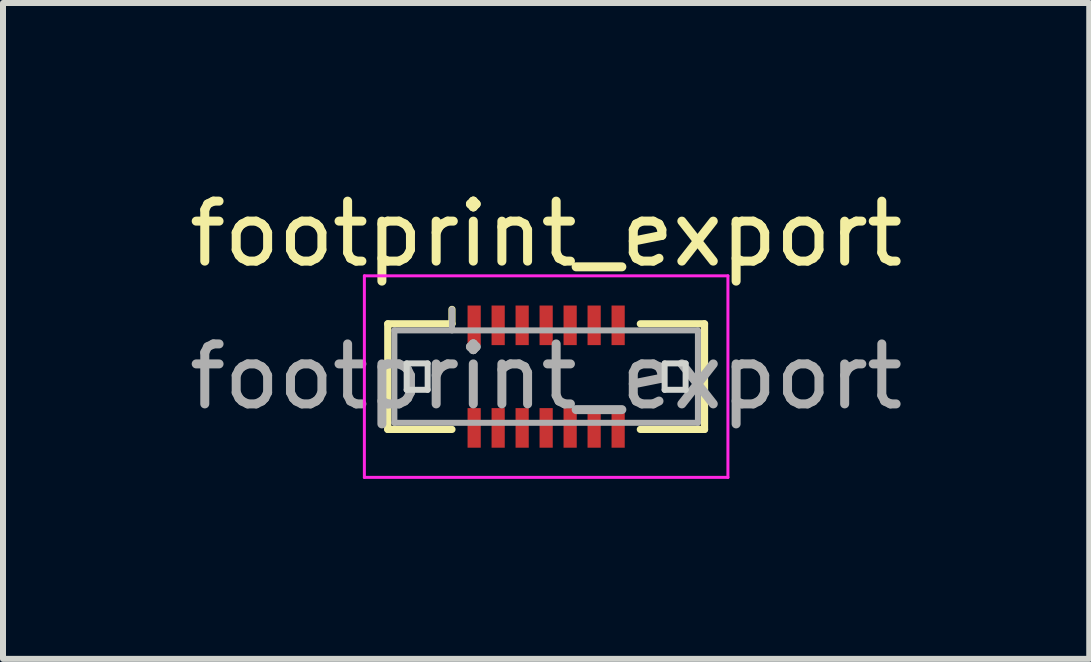
<source format=kicad_pcb>
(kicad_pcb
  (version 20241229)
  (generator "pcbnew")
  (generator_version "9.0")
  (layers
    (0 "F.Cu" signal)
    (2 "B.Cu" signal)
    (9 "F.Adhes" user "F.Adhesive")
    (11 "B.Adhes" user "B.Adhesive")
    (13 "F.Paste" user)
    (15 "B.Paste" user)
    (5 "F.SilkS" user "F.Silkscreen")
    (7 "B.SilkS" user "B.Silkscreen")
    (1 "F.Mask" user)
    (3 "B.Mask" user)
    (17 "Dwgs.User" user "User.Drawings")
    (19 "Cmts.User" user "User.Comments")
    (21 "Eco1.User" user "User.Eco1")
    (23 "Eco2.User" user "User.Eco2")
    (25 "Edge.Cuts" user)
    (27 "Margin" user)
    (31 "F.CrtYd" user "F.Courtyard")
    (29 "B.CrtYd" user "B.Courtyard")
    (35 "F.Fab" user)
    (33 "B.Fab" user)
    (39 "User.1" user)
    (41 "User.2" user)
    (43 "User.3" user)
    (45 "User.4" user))
  (footprint "footprint_export"
    (layer "F.Cu")
    (at 6.054 3.228)
    (property "Reference" "footprint_export" (at 0 -2.38 0) (layer "F.SilkS") (effects (font (size 1 1) (thickness 0.15))))
    (attr smd)
    (fp_line (start -2.64 -0.88) (end -1.57 -0.88) (stroke (width 0.12) (type solid)) (layer "F.SilkS"))
    (fp_line (start -2.64 0.88) (end -2.64 -0.88) (stroke (width 0.12) (type solid)) (layer "F.SilkS"))
    (fp_line (start -1.57 -0.88) (end -1.57 -1.12) (stroke (width 0.12) (type solid)) (layer "F.SilkS"))
    (fp_line (start -1.57 0.88) (end -2.64 0.88) (stroke (width 0.12) (type solid)) (layer "F.SilkS"))
    (fp_line (start 1.57 0.88) (end 2.64 0.88) (stroke (width 0.12) (type solid)) (layer "F.SilkS"))
    (fp_line (start 2.64 -0.88) (end 1.57 -0.88) (stroke (width 0.12) (type solid)) (layer "F.SilkS"))
    (fp_line (start 2.64 0.88) (end 2.64 -0.88) (stroke (width 0.12) (type solid)) (layer "F.SilkS"))
    (fp_line (start -2.325 -0.22) (end -2.325 0.22) (stroke (width 0.1) (type solid)) (layer "Edge.Cuts"))
    (fp_line (start -2.325 0.22) (end -1.975 0.22) (stroke (width 0.1) (type solid)) (layer "Edge.Cuts"))
    (fp_line (start -1.975 -0.22) (end -2.325 -0.22) (stroke (width 0.1) (type solid)) (layer "Edge.Cuts"))
    (fp_line (start -1.975 0.22) (end -1.975 -0.22) (stroke (width 0.1) (type solid)) (layer "Edge.Cuts"))
    (fp_line (start 1.975 -0.22) (end 1.975 0.22) (stroke (width 0.1) (type solid)) (layer "Edge.Cuts"))
    (fp_line (start 1.975 0.22) (end 2.325 0.22) (stroke (width 0.1) (type solid)) (layer "Edge.Cuts"))
    (fp_line (start 2.325 -0.22) (end 1.975 -0.22) (stroke (width 0.1) (type solid)) (layer "Edge.Cuts"))
    (fp_line (start 2.325 0.22) (end 2.325 -0.22) (stroke (width 0.1) (type solid)) (layer "Edge.Cuts"))
    (fp_line (start -3.03 -1.68) (end -3.03 1.68) (stroke (width 0.05) (type solid)) (layer "F.CrtYd"))
    (fp_line (start -3.03 1.68) (end 3.03 1.68) (stroke (width 0.05) (type solid)) (layer "F.CrtYd"))
    (fp_line (start 3.03 -1.68) (end -3.03 -1.68) (stroke (width 0.05) (type solid)) (layer "F.CrtYd"))
    (fp_line (start 3.03 1.68) (end 3.03 -1.68) (stroke (width 0.05) (type solid)) (layer "F.CrtYd"))
    (fp_line (start -2.53 -0.77) (end -2.53 0.77) (stroke (width 0.1) (type solid)) (layer "F.Fab"))
    (fp_line (start -2.53 0.77) (end 2.53 0.77) (stroke (width 0.1) (type solid)) (layer "F.Fab"))
    (fp_line (start -1.57 -0.77) (end -1.57 -1.12) (stroke (width 0.1) (type solid)) (layer "F.Fab"))
    (fp_line (start 2.53 -0.77) (end -2.53 -0.77) (stroke (width 0.1) (type solid)) (layer "F.Fab"))
    (fp_line (start 2.53 0.77) (end 2.53 -0.77) (stroke (width 0.1) (type solid)) (layer "F.Fab"))
    (fp_text user "${REFERENCE}" (at 0 0 0) (layer "F.Fab") (effects (font (size 1 1) (thickness 0.15))))
    (pad "1" smd rect (at -1.2 -0.855) (size 0.22 0.66) (layers "F.Cu" "F.Mask" "F.Paste"))
    (pad "2" smd rect (at -1.2 0.855) (size 0.22 0.66) (layers "F.Cu" "F.Mask" "F.Paste"))
    (pad "3" smd rect (at -0.8 -0.855) (size 0.22 0.66) (layers "F.Cu" "F.Mask" "F.Paste"))
    (pad "4" smd rect (at -0.8 0.855) (size 0.22 0.66) (layers "F.Cu" "F.Mask" "F.Paste"))
    (pad "5" smd rect (at -0.4 -0.855) (size 0.22 0.66) (layers "F.Cu" "F.Mask" "F.Paste"))
    (pad "6" smd rect (at -0.4 0.855) (size 0.22 0.66) (layers "F.Cu" "F.Mask" "F.Paste"))
    (pad "7" smd rect (at 0 -0.855) (size 0.22 0.66) (layers "F.Cu" "F.Mask" "F.Paste"))
    (pad "8" smd rect (at 0 0.855) (size 0.22 0.66) (layers "F.Cu" "F.Mask" "F.Paste"))
    (pad "9" smd rect (at 0.4 -0.855) (size 0.22 0.66) (layers "F.Cu" "F.Mask" "F.Paste"))
    (pad "10" smd rect (at 0.4 0.855) (size 0.22 0.66) (layers "F.Cu" "F.Mask" "F.Paste"))
    (pad "11" smd rect (at 0.8 -0.855) (size 0.22 0.66) (layers "F.Cu" "F.Mask" "F.Paste"))
    (pad "12" smd rect (at 0.8 0.855) (size 0.22 0.66) (layers "F.Cu" "F.Mask" "F.Paste"))
    (pad "13" smd rect (at 1.2 -0.855) (size 0.22 0.66) (layers "F.Cu" "F.Mask" "F.Paste"))
    (pad "14" smd rect (at 1.2 0.855) (size 0.22 0.66) (layers "F.Cu" "F.Mask" "F.Paste")))
  (gr_rect
    (start -3 -3)
    (end 15.107 7.933)
    (stroke (width 0.1) (type default))
    (fill no)
    (layer "Edge.Cuts")))
</source>
